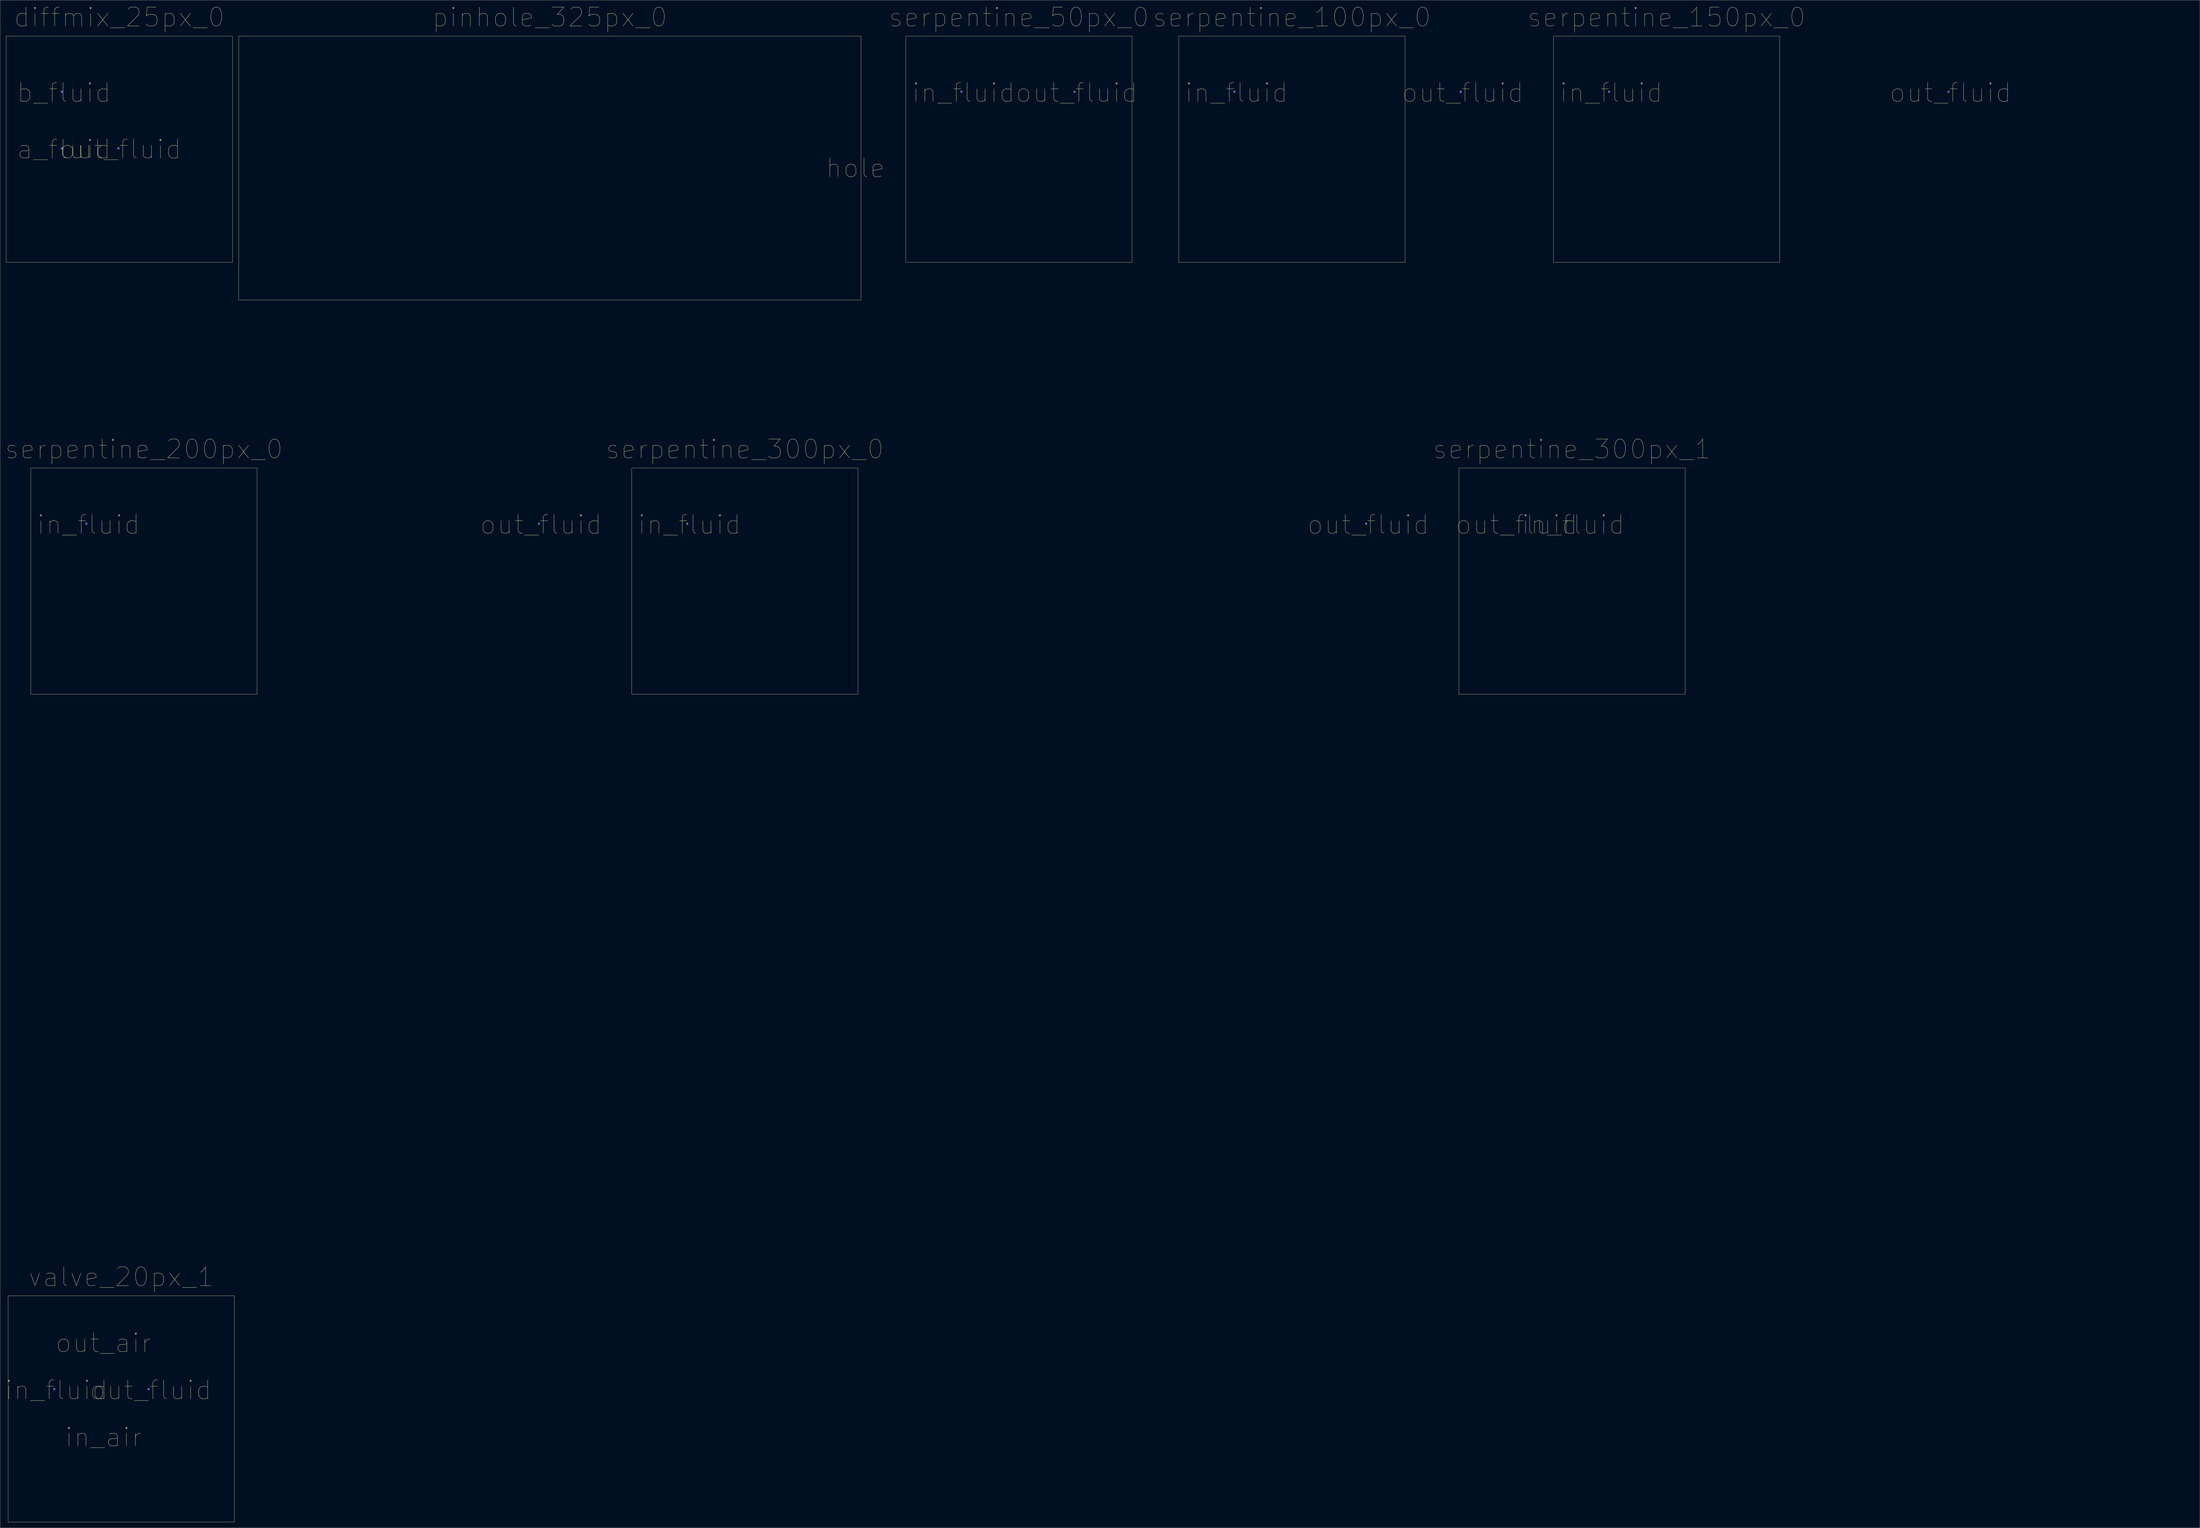
<source format=kicad_pcb>
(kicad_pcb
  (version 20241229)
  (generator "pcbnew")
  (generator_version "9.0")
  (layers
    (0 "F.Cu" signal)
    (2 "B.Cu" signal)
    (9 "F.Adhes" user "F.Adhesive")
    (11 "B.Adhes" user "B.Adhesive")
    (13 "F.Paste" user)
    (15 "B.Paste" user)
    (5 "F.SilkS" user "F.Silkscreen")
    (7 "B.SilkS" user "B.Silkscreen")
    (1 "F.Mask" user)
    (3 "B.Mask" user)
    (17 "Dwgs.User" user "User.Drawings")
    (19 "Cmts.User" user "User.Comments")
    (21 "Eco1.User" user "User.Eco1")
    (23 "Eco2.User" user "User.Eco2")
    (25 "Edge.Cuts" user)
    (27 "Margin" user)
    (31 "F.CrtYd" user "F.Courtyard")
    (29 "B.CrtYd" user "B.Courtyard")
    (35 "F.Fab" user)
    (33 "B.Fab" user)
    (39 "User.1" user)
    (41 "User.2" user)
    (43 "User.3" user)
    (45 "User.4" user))
  (footprint "serpentine_200px_0"
    (layer "F.Cu")
    (at 13.273 245.226)
    (property "Reference" "serpentine_200px_0" (at 60 -10 0) (layer "F.SilkS") (effects (font (size 10 10) (thickness 0.15))))
    (attr through_hole)
    (fp_rect (start 0 0) (end 120 120) (stroke (width 0.12) (type solid)) (fill no) (layer "F.SilkS"))
    (fp_text user "in_fluid" (at 30.6 30 0) (layer "F.SilkS") (effects (font (size 10 10) (thickness 0.15))))
    (fp_text user "out_fluid" (at 270.6 30 0) (layer "F.SilkS") (effects (font (size 10 10) (thickness 0.15))))
    (pad "1" smd rect (at 29.5 29.5) (size 1 1) (layers "B.Cu"))
    (pad "2" smd rect (at 269.5 29.5) (size 1 1) (layers "B.Cu"))
    (zone (net_name "") (layer "B.Cu") (hatch edge 0.1) (connect_pads) (min_thickness 0.254) (filled_areas_thickness no) (keepout (tracks not_allowed) (vias not_allowed) (pads not_allowed) (copperpour not_allowed) (footprints not_allowed)) (placement (enabled no)) (fill) (polygon (pts (xy 43.273 275.226) (xy 43.273 515.226) (xy 283.273 515.226) (xy 283.273 275.226)))))
  (footprint "serpentine_150px_0"
    (layer "F.Cu")
    (at 820.848 16.113)
    (property "Reference" "serpentine_150px_0" (at 60 -10 0) (layer "F.SilkS") (effects (font (size 10 10) (thickness 0.15))))
    (attr through_hole)
    (fp_rect (start 0 0) (end 120 120) (stroke (width 0.12) (type solid)) (fill no) (layer "F.SilkS"))
    (fp_text user "out_fluid" (at 210.6 30 0) (layer "F.SilkS") (effects (font (size 10 10) (thickness 0.15))))
    (fp_text user "in_fluid" (at 30.6 30 0) (layer "F.SilkS") (effects (font (size 10 10) (thickness 0.15))))
    (pad "1" smd rect (at 29.5 29.5) (size 1 1) (layers "B.Cu"))
    (pad "2" smd rect (at 209.5 29.5) (size 1 1) (layers "B.Cu"))
    (zone (net_name "") (layer "B.Cu") (hatch edge 0.1) (connect_pads) (min_thickness 0.254) (filled_areas_thickness no) (keepout (tracks not_allowed) (vias not_allowed) (pads not_allowed) (copperpour not_allowed) (footprints not_allowed)) (placement (enabled no)) (fill) (polygon (pts (xy 850.848 46.113) (xy 850.848 226.113) (xy 1030.848 226.113) (xy 1030.848 46.113)))))
  (footprint "diffmix_25px_0"
    (layer "F.Cu")
    (at 0.25 16.113)
    (property "Reference" "diffmix_25px_0" (at 60 -10 0) (layer "F.SilkS") (effects (font (size 10 10) (thickness 0.15))))
    (attr through_hole)
    (fp_rect (start 0 0) (end 120 120) (stroke (width 0.12) (type solid)) (fill no) (layer "F.SilkS"))
    (fp_text user "out_fluid" (at 60.6 60 0) (layer "F.SilkS") (effects (font (size 10 10) (thickness 0.15))))
    (fp_text user "a_fluid" (at 30.6 60 0) (layer "F.SilkS") (effects (font (size 10 10) (thickness 0.15))))
    (fp_text user "b_fluid" (at 30.6 30 0) (layer "F.SilkS") (effects (font (size 10 10) (thickness 0.15))))
    (pad "1" smd rect (at 29.5 59.5) (size 1 1) (layers "B.Cu"))
    (pad "2" smd rect (at 29.5 29.5) (size 1 1) (layers "B.Cu"))
    (pad "3" smd rect (at 59.5 59.5) (size 1 1) (layers "B.Cu"))
    (zone (net_name "") (layer "B.Cu") (hatch edge 0.1) (connect_pads) (min_thickness 0.254) (filled_areas_thickness no) (keepout (tracks not_allowed) (vias not_allowed) (pads not_allowed) (copperpour not_allowed) (footprints not_allowed)) (placement (enabled no)) (fill) (polygon (pts (xy 30.25 46.113) (xy 30.25 76.113) (xy 60.25 76.113) (xy 60.25 46.113))))
    (zone (net_name "") (layer "In8.Cu") (hatch edge 0.1) (connect_pads) (min_thickness 0.254) (filled_areas_thickness no) (keepout (tracks not_allowed) (vias not_allowed) (pads not_allowed) (copperpour not_allowed) (footprints not_allowed)) (placement (enabled no)) (fill) (polygon (pts (xy 30.25 46.113) (xy 30.25 76.113) (xy 60.25 76.113) (xy 60.25 46.113)))))
  (footprint "serpentine_50px_0"
    (layer "F.Cu")
    (at 477.348 16.113)
    (property "Reference" "serpentine_50px_0" (at 60 -10 0) (layer "F.SilkS") (effects (font (size 10 10) (thickness 0.15))))
    (attr through_hole)
    (fp_rect (start 0 0) (end 120 120) (stroke (width 0.12) (type solid)) (fill no) (layer "F.SilkS"))
    (fp_text user "in_fluid" (at 30.6 30 0) (layer "F.SilkS") (effects (font (size 10 10) (thickness 0.15))))
    (fp_text user "out_fluid" (at 90.6 30 0) (layer "F.SilkS") (effects (font (size 10 10) (thickness 0.15))))
    (pad "1" smd rect (at 29.5 29.5) (size 1 1) (layers "B.Cu"))
    (pad "2" smd rect (at 89.5 29.5) (size 1 1) (layers "B.Cu"))
    (zone (net_name "") (layer "B.Cu") (hatch edge 0.1) (connect_pads) (min_thickness 0.254) (filled_areas_thickness no) (keepout (tracks not_allowed) (vias not_allowed) (pads not_allowed) (copperpour not_allowed) (footprints not_allowed)) (placement (enabled no)) (fill) (polygon (pts (xy 507.348 46.113) (xy 507.348 106.113) (xy 567.348 106.113) (xy 567.348 46.113)))))
  (footprint "valve_20px_1"
    (layer "F.Cu")
    (at 1.244 684.34)
    (property "Reference" "valve_20px_1" (at 60 -10 0) (layer "F.SilkS") (effects (font (size 10 10) (thickness 0.15))))
    (attr through_hole)
    (fp_rect (start 0 0) (end 120 120) (stroke (width 0.12) (type solid)) (fill no) (layer "F.SilkS"))
    (fp_text user "in_fluid" (at 25.6 50 0) (layer "F.SilkS") (effects (font (size 10 10) (thickness 0.15))))
    (fp_text user "out_air" (at 50.6 25 0) (layer "F.SilkS") (effects (font (size 10 10) (thickness 0.15))))
    (fp_text user "in_air" (at 50.6 75 0) (layer "F.SilkS") (effects (font (size 10 10) (thickness 0.15))))
    (fp_text user "out_fluid" (at 75.6 50 0) (layer "F.SilkS") (effects (font (size 10 10) (thickness 0.15))))
    (pad "1" smd rect (at 49.5 74.5) (size 1 1) (layers "In8.Cu"))
    (pad "2" smd rect (at 49.5 24.5) (size 1 1) (layers "In8.Cu"))
    (pad "3" smd rect (at 24.5 49.5) (size 1 1) (layers "B.Cu"))
    (pad "4" smd rect (at 74.5 49.5) (size 1 1) (layers "B.Cu")))
  (footprint "serpentine_100px_0"
    (layer "F.Cu")
    (at 622.131 16.113)
    (property "Reference" "serpentine_100px_0" (at 60 -10 0) (layer "F.SilkS") (effects (font (size 10 10) (thickness 0.15))))
    (attr through_hole)
    (fp_rect (start 0 0) (end 120 120) (stroke (width 0.12) (type solid)) (fill no) (layer "F.SilkS"))
    (fp_text user "out_fluid" (at 150.6 30 0) (layer "F.SilkS") (effects (font (size 10 10) (thickness 0.15))))
    (fp_text user "in_fluid" (at 30.6 30 0) (layer "F.SilkS") (effects (font (size 10 10) (thickness 0.15))))
    (pad "1" smd rect (at 29.5 29.5) (size 1 1) (layers "B.Cu"))
    (pad "2" smd rect (at 149.5 29.5) (size 1 1) (layers "B.Cu"))
    (zone (net_name "") (layer "B.Cu") (hatch edge 0.1) (connect_pads) (min_thickness 0.254) (filled_areas_thickness no) (keepout (tracks not_allowed) (vias not_allowed) (pads not_allowed) (copperpour not_allowed) (footprints not_allowed)) (placement (enabled no)) (fill) (polygon (pts (xy 652.131 46.113) (xy 652.131 166.113) (xy 772.131 166.113) (xy 772.131 46.113)))))
  (footprint "serpentine_300px_0"
    (layer "F.Cu")
    (at 331.989 245.226)
    (property "Reference" "serpentine_300px_0" (at 60 -10 0) (layer "F.SilkS") (effects (font (size 10 10) (thickness 0.15))))
    (attr through_hole)
    (fp_rect (start 0 0) (end 120 120) (stroke (width 0.12) (type solid)) (fill no) (layer "F.SilkS"))
    (fp_text user "out_fluid" (at 390.6 30 0) (layer "F.SilkS") (effects (font (size 10 10) (thickness 0.15))))
    (fp_text user "in_fluid" (at 30.6 30 0) (layer "F.SilkS") (effects (font (size 10 10) (thickness 0.15))))
    (pad "1" smd rect (at 29.5 29.5) (size 1 1) (layers "B.Cu"))
    (pad "2" smd rect (at 389.5 29.5) (size 1 1) (layers "B.Cu"))
    (zone (net_name "") (layer "B.Cu") (hatch edge 0.1) (connect_pads) (min_thickness 0.254) (filled_areas_thickness no) (keepout (tracks not_allowed) (vias not_allowed) (pads not_allowed) (copperpour not_allowed) (footprints not_allowed)) (placement (enabled no)) (fill) (polygon (pts (xy 361.989 275.226) (xy 361.989 635.226) (xy 691.989 635.226) (xy 691.989 275.226)))))
  (footprint "serpentine_300px_1"
    (layer "F.Cu")
    (at 770.706 245.226)
    (property "Reference" "serpentine_300px_1" (at 60 -10 0) (layer "F.SilkS") (effects (font (size 10 10) (thickness 0.15))))
    (attr through_hole)
    (fp_rect (start 0 0) (end 120 120) (stroke (width 0.12) (type solid)) (fill no) (layer "F.SilkS"))
    (fp_text user "out_fluid" (at 30.6 30 0) (layer "F.SilkS") (effects (font (size 10 10) (thickness 0.15))))
    (fp_text user "in_fluid" (at 60.6 30 0) (layer "F.SilkS") (effects (font (size 10 10) (thickness 0.15))))
    (pad "1" smd rect (at 59.5 29.5) (size 1 1) (layers "In8.Cu"))
    (pad "2" smd rect (at 29.5 29.5) (size 1 1) (layers "In7.Cu"))
    (zone (net_name "") (layer "In7.Cu") (hatch edge 0.1) (connect_pads) (min_thickness 0.254) (filled_areas_thickness no) (keepout (tracks not_allowed) (vias not_allowed) (pads not_allowed) (copperpour not_allowed) (footprints not_allowed)) (placement (enabled no)) (fill) (polygon (pts (xy 830.706 245.226) (xy 830.706 665.226) (xy 1160.706 665.226) (xy 1160.706 245.226))))
    (zone (net_name "") (layer "In8.Cu") (hatch edge 0.1) (connect_pads) (min_thickness 0.254) (filled_areas_thickness no) (keepout (tracks not_allowed) (vias not_allowed) (pads not_allowed) (copperpour not_allowed) (footprints not_allowed)) (placement (enabled no)) (fill) (polygon (pts (xy 830.706 245.226) (xy 830.706 665.226) (xy 1160.706 665.226) (xy 1160.706 245.226)))))
  (footprint "pinhole_325px_0"
    (layer "F.Cu")
    (at 123.56 16.113)
    (property "Reference" "pinhole_325px_0" (at 165 -10 0) (layer "F.SilkS") (effects (font (size 10 10) (thickness 0.15))))
    (attr through_hole)
    (fp_rect (start 0 0) (end 330 140) (stroke (width 0.12) (type solid)) (fill no) (layer "F.SilkS"))
    (fp_text user "hole" (at 327.1 70 0) (layer "F.SilkS") (effects (font (size 10 10) (thickness 0.15))))
    (pad "1" smd rect (at 325 69) (size 2 2) (layers "In8.Cu")))
  (gr_rect
    (start -3 -3)
    (end 1163.706 807.4)
    (stroke (width 0.1) (type default))
    (fill no)
    (layer "Edge.Cuts")))
</source>
